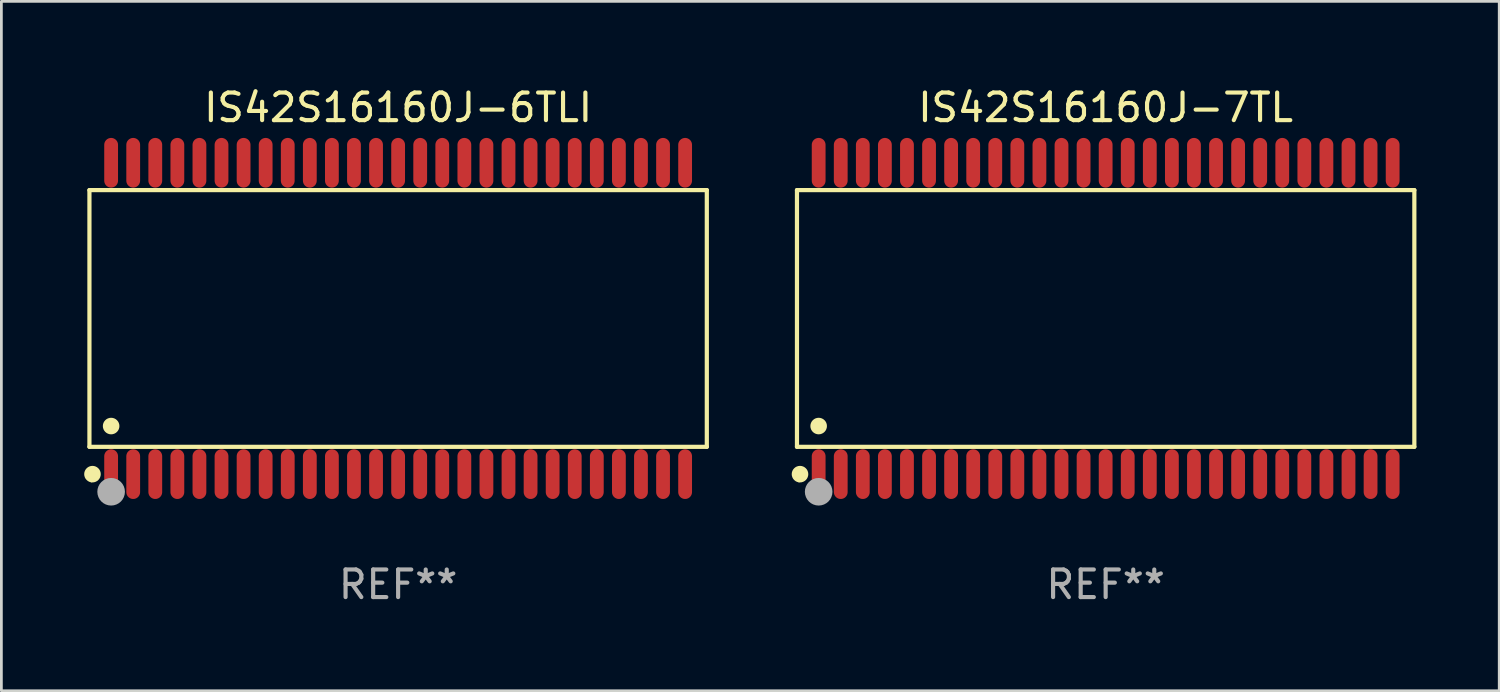
<source format=kicad_pcb>
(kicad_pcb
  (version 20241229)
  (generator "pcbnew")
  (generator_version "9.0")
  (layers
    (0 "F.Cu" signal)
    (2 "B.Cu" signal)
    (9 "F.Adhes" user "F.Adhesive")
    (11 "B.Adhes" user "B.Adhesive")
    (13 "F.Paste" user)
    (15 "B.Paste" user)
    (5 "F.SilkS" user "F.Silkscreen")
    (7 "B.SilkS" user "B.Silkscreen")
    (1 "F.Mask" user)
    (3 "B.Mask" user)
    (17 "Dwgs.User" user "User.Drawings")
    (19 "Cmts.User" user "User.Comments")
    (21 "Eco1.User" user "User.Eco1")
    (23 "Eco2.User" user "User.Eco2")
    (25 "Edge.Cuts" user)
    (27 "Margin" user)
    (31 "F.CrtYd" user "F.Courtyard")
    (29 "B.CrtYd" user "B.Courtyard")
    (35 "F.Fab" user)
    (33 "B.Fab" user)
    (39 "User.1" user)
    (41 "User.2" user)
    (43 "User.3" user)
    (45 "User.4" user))
  (footprint "IS42S16160J-7TL"
    (layer "F.Cu")
    (at 37.016 8.49)
    (property "Reference" "IS42S16160J-7TL" (at 0 -7.642 0) (layer "F.SilkS") (effects (font (size 1 1) (thickness 0.15))))
    (attr through_hole)
    (fp_line (start -11.186 -4.651) (end 11.186 -4.651) (stroke (width 0.152) (type solid)) (layer "F.SilkS"))
    (fp_line (start -11.186 4.651) (end -11.186 -4.651) (stroke (width 0.152) (type solid)) (layer "F.SilkS"))
    (fp_line (start 11.186 -4.651) (end 11.186 4.651) (stroke (width 0.152) (type solid)) (layer "F.SilkS"))
    (fp_line (start 11.186 4.651) (end -11.186 4.651) (stroke (width 0.152) (type solid)) (layer "F.SilkS"))
    (fp_circle (center -11.11 5.88) (end -11.08 5.88) (stroke (width 0.06) (type solid)) (fill no) (layer "F.SilkS"))
    (fp_circle (center -11.076 5.642) (end -10.926 5.642) (stroke (width 0.3) (type solid)) (fill no) (layer "F.SilkS"))
    (fp_circle (center -10.4 3.899) (end -10.25 3.899) (stroke (width 0.3) (type solid)) (fill no) (layer "F.SilkS"))
    (fp_circle (center -10.4 6.28) (end -10.15 6.28) (stroke (width 0.5) (type solid)) (fill no) (layer "F.Fab"))
    (fp_text user "REF**" (at 0 9.642 0) (layer "F.Fab") (effects (font (size 1 1) (thickness 0.15))))
    (pad "1" smd oval (at -10.4 5.642) (size 0.5 1.8) (layers "F.Cu" "F.Mask" "F.Paste"))
    (pad "2" smd oval (at -9.6 5.642) (size 0.5 1.8) (layers "F.Cu" "F.Mask" "F.Paste"))
    (pad "3" smd oval (at -8.8 5.642) (size 0.5 1.8) (layers "F.Cu" "F.Mask" "F.Paste"))
    (pad "4" smd oval (at -8 5.642) (size 0.5 1.8) (layers "F.Cu" "F.Mask" "F.Paste"))
    (pad "5" smd oval (at -7.2 5.642) (size 0.5 1.8) (layers "F.Cu" "F.Mask" "F.Paste"))
    (pad "6" smd oval (at -6.4 5.642) (size 0.5 1.8) (layers "F.Cu" "F.Mask" "F.Paste"))
    (pad "7" smd oval (at -5.6 5.642) (size 0.5 1.8) (layers "F.Cu" "F.Mask" "F.Paste"))
    (pad "8" smd oval (at -4.8 5.642) (size 0.5 1.8) (layers "F.Cu" "F.Mask" "F.Paste"))
    (pad "9" smd oval (at -4 5.642) (size 0.5 1.8) (layers "F.Cu" "F.Mask" "F.Paste"))
    (pad "10" smd oval (at -3.2 5.642) (size 0.5 1.8) (layers "F.Cu" "F.Mask" "F.Paste"))
    (pad "11" smd oval (at -2.4 5.642) (size 0.5 1.8) (layers "F.Cu" "F.Mask" "F.Paste"))
    (pad "12" smd oval (at -1.6 5.642) (size 0.5 1.8) (layers "F.Cu" "F.Mask" "F.Paste"))
    (pad "13" smd oval (at -0.8 5.642) (size 0.5 1.8) (layers "F.Cu" "F.Mask" "F.Paste"))
    (pad "14" smd oval (at 0 5.642) (size 0.5 1.8) (layers "F.Cu" "F.Mask" "F.Paste"))
    (pad "15" smd oval (at 0.8 5.642) (size 0.5 1.8) (layers "F.Cu" "F.Mask" "F.Paste"))
    (pad "16" smd oval (at 1.6 5.642) (size 0.5 1.8) (layers "F.Cu" "F.Mask" "F.Paste"))
    (pad "17" smd oval (at 2.4 5.642) (size 0.5 1.8) (layers "F.Cu" "F.Mask" "F.Paste"))
    (pad "18" smd oval (at 3.2 5.642) (size 0.5 1.8) (layers "F.Cu" "F.Mask" "F.Paste"))
    (pad "19" smd oval (at 4 5.642) (size 0.5 1.8) (layers "F.Cu" "F.Mask" "F.Paste"))
    (pad "20" smd oval (at 4.8 5.642) (size 0.5 1.8) (layers "F.Cu" "F.Mask" "F.Paste"))
    (pad "21" smd oval (at 5.6 5.642) (size 0.5 1.8) (layers "F.Cu" "F.Mask" "F.Paste"))
    (pad "22" smd oval (at 6.4 5.642) (size 0.5 1.8) (layers "F.Cu" "F.Mask" "F.Paste"))
    (pad "23" smd oval (at 7.2 5.642) (size 0.5 1.8) (layers "F.Cu" "F.Mask" "F.Paste"))
    (pad "24" smd oval (at 8 5.642) (size 0.5 1.8) (layers "F.Cu" "F.Mask" "F.Paste"))
    (pad "25" smd oval (at 8.8 5.642) (size 0.5 1.8) (layers "F.Cu" "F.Mask" "F.Paste"))
    (pad "26" smd oval (at 9.6 5.642) (size 0.5 1.8) (layers "F.Cu" "F.Mask" "F.Paste"))
    (pad "27" smd oval (at 10.4 5.642) (size 0.5 1.8) (layers "F.Cu" "F.Mask" "F.Paste"))
    (pad "28" smd oval (at 10.4 -5.642) (size 0.5 1.8) (layers "F.Cu" "F.Mask" "F.Paste"))
    (pad "29" smd oval (at 9.6 -5.642) (size 0.5 1.8) (layers "F.Cu" "F.Mask" "F.Paste"))
    (pad "30" smd oval (at 8.8 -5.642) (size 0.5 1.8) (layers "F.Cu" "F.Mask" "F.Paste"))
    (pad "31" smd oval (at 8 -5.642) (size 0.5 1.8) (layers "F.Cu" "F.Mask" "F.Paste"))
    (pad "32" smd oval (at 7.2 -5.642) (size 0.5 1.8) (layers "F.Cu" "F.Mask" "F.Paste"))
    (pad "33" smd oval (at 6.4 -5.642) (size 0.5 1.8) (layers "F.Cu" "F.Mask" "F.Paste"))
    (pad "34" smd oval (at 5.6 -5.642) (size 0.5 1.8) (layers "F.Cu" "F.Mask" "F.Paste"))
    (pad "35" smd oval (at 4.8 -5.642) (size 0.5 1.8) (layers "F.Cu" "F.Mask" "F.Paste"))
    (pad "36" smd oval (at 4 -5.642) (size 0.5 1.8) (layers "F.Cu" "F.Mask" "F.Paste"))
    (pad "37" smd oval (at 3.2 -5.642) (size 0.5 1.8) (layers "F.Cu" "F.Mask" "F.Paste"))
    (pad "38" smd oval (at 2.4 -5.642) (size 0.5 1.8) (layers "F.Cu" "F.Mask" "F.Paste"))
    (pad "39" smd oval (at 1.6 -5.642) (size 0.5 1.8) (layers "F.Cu" "F.Mask" "F.Paste"))
    (pad "40" smd oval (at 0.8 -5.642) (size 0.5 1.8) (layers "F.Cu" "F.Mask" "F.Paste"))
    (pad "41" smd oval (at 0 -5.642) (size 0.5 1.8) (layers "F.Cu" "F.Mask" "F.Paste"))
    (pad "42" smd oval (at -0.8 -5.642) (size 0.5 1.8) (layers "F.Cu" "F.Mask" "F.Paste"))
    (pad "43" smd oval (at -1.6 -5.642) (size 0.5 1.8) (layers "F.Cu" "F.Mask" "F.Paste"))
    (pad "44" smd oval (at -2.4 -5.642) (size 0.5 1.8) (layers "F.Cu" "F.Mask" "F.Paste"))
    (pad "45" smd oval (at -3.2 -5.642) (size 0.5 1.8) (layers "F.Cu" "F.Mask" "F.Paste"))
    (pad "46" smd oval (at -4 -5.642) (size 0.5 1.8) (layers "F.Cu" "F.Mask" "F.Paste"))
    (pad "47" smd oval (at -4.8 -5.642) (size 0.5 1.8) (layers "F.Cu" "F.Mask" "F.Paste"))
    (pad "48" smd oval (at -5.6 -5.642) (size 0.5 1.8) (layers "F.Cu" "F.Mask" "F.Paste"))
    (pad "49" smd oval (at -6.4 -5.642) (size 0.5 1.8) (layers "F.Cu" "F.Mask" "F.Paste"))
    (pad "50" smd oval (at -7.2 -5.642) (size 0.5 1.8) (layers "F.Cu" "F.Mask" "F.Paste"))
    (pad "51" smd oval (at -8 -5.642) (size 0.5 1.8) (layers "F.Cu" "F.Mask" "F.Paste"))
    (pad "52" smd oval (at -8.8 -5.642) (size 0.5 1.8) (layers "F.Cu" "F.Mask" "F.Paste"))
    (pad "53" smd oval (at -9.6 -5.642) (size 0.5 1.8) (layers "F.Cu" "F.Mask" "F.Paste"))
    (pad "54" smd oval (at -10.4 -5.642) (size 0.5 1.8) (layers "F.Cu" "F.Mask" "F.Paste")))
  (footprint "IS42S16160J-6TLI"
    (layer "F.Cu")
    (at 11.377 8.49)
    (property "Reference" "IS42S16160J-6TLI" (at 0 -7.642 0) (layer "F.SilkS") (effects (font (size 1 1) (thickness 0.15))))
    (attr through_hole)
    (fp_line (start -11.186 -4.651) (end 11.186 -4.651) (stroke (width 0.152) (type solid)) (layer "F.SilkS"))
    (fp_line (start -11.186 4.651) (end -11.186 -4.651) (stroke (width 0.152) (type solid)) (layer "F.SilkS"))
    (fp_line (start 11.186 -4.651) (end 11.186 4.651) (stroke (width 0.152) (type solid)) (layer "F.SilkS"))
    (fp_line (start 11.186 4.651) (end -11.186 4.651) (stroke (width 0.152) (type solid)) (layer "F.SilkS"))
    (fp_circle (center -11.11 5.88) (end -11.08 5.88) (stroke (width 0.06) (type solid)) (fill no) (layer "F.SilkS"))
    (fp_circle (center -11.076 5.642) (end -10.926 5.642) (stroke (width 0.3) (type solid)) (fill no) (layer "F.SilkS"))
    (fp_circle (center -10.4 3.899) (end -10.25 3.899) (stroke (width 0.3) (type solid)) (fill no) (layer "F.SilkS"))
    (fp_circle (center -10.4 6.28) (end -10.15 6.28) (stroke (width 0.5) (type solid)) (fill no) (layer "F.Fab"))
    (fp_text user "REF**" (at 0 9.642 0) (layer "F.Fab") (effects (font (size 1 1) (thickness 0.15))))
    (pad "1" smd oval (at -10.4 5.642) (size 0.5 1.8) (layers "F.Cu" "F.Mask" "F.Paste"))
    (pad "2" smd oval (at -9.6 5.642) (size 0.5 1.8) (layers "F.Cu" "F.Mask" "F.Paste"))
    (pad "3" smd oval (at -8.8 5.642) (size 0.5 1.8) (layers "F.Cu" "F.Mask" "F.Paste"))
    (pad "4" smd oval (at -8 5.642) (size 0.5 1.8) (layers "F.Cu" "F.Mask" "F.Paste"))
    (pad "5" smd oval (at -7.2 5.642) (size 0.5 1.8) (layers "F.Cu" "F.Mask" "F.Paste"))
    (pad "6" smd oval (at -6.4 5.642) (size 0.5 1.8) (layers "F.Cu" "F.Mask" "F.Paste"))
    (pad "7" smd oval (at -5.6 5.642) (size 0.5 1.8) (layers "F.Cu" "F.Mask" "F.Paste"))
    (pad "8" smd oval (at -4.8 5.642) (size 0.5 1.8) (layers "F.Cu" "F.Mask" "F.Paste"))
    (pad "9" smd oval (at -4 5.642) (size 0.5 1.8) (layers "F.Cu" "F.Mask" "F.Paste"))
    (pad "10" smd oval (at -3.2 5.642) (size 0.5 1.8) (layers "F.Cu" "F.Mask" "F.Paste"))
    (pad "11" smd oval (at -2.4 5.642) (size 0.5 1.8) (layers "F.Cu" "F.Mask" "F.Paste"))
    (pad "12" smd oval (at -1.6 5.642) (size 0.5 1.8) (layers "F.Cu" "F.Mask" "F.Paste"))
    (pad "13" smd oval (at -0.8 5.642) (size 0.5 1.8) (layers "F.Cu" "F.Mask" "F.Paste"))
    (pad "14" smd oval (at 0 5.642) (size 0.5 1.8) (layers "F.Cu" "F.Mask" "F.Paste"))
    (pad "15" smd oval (at 0.8 5.642) (size 0.5 1.8) (layers "F.Cu" "F.Mask" "F.Paste"))
    (pad "16" smd oval (at 1.6 5.642) (size 0.5 1.8) (layers "F.Cu" "F.Mask" "F.Paste"))
    (pad "17" smd oval (at 2.4 5.642) (size 0.5 1.8) (layers "F.Cu" "F.Mask" "F.Paste"))
    (pad "18" smd oval (at 3.2 5.642) (size 0.5 1.8) (layers "F.Cu" "F.Mask" "F.Paste"))
    (pad "19" smd oval (at 4 5.642) (size 0.5 1.8) (layers "F.Cu" "F.Mask" "F.Paste"))
    (pad "20" smd oval (at 4.8 5.642) (size 0.5 1.8) (layers "F.Cu" "F.Mask" "F.Paste"))
    (pad "21" smd oval (at 5.6 5.642) (size 0.5 1.8) (layers "F.Cu" "F.Mask" "F.Paste"))
    (pad "22" smd oval (at 6.4 5.642) (size 0.5 1.8) (layers "F.Cu" "F.Mask" "F.Paste"))
    (pad "23" smd oval (at 7.2 5.642) (size 0.5 1.8) (layers "F.Cu" "F.Mask" "F.Paste"))
    (pad "24" smd oval (at 8 5.642) (size 0.5 1.8) (layers "F.Cu" "F.Mask" "F.Paste"))
    (pad "25" smd oval (at 8.8 5.642) (size 0.5 1.8) (layers "F.Cu" "F.Mask" "F.Paste"))
    (pad "26" smd oval (at 9.6 5.642) (size 0.5 1.8) (layers "F.Cu" "F.Mask" "F.Paste"))
    (pad "27" smd oval (at 10.4 5.642) (size 0.5 1.8) (layers "F.Cu" "F.Mask" "F.Paste"))
    (pad "28" smd oval (at 10.4 -5.642) (size 0.5 1.8) (layers "F.Cu" "F.Mask" "F.Paste"))
    (pad "29" smd oval (at 9.6 -5.642) (size 0.5 1.8) (layers "F.Cu" "F.Mask" "F.Paste"))
    (pad "30" smd oval (at 8.8 -5.642) (size 0.5 1.8) (layers "F.Cu" "F.Mask" "F.Paste"))
    (pad "31" smd oval (at 8 -5.642) (size 0.5 1.8) (layers "F.Cu" "F.Mask" "F.Paste"))
    (pad "32" smd oval (at 7.2 -5.642) (size 0.5 1.8) (layers "F.Cu" "F.Mask" "F.Paste"))
    (pad "33" smd oval (at 6.4 -5.642) (size 0.5 1.8) (layers "F.Cu" "F.Mask" "F.Paste"))
    (pad "34" smd oval (at 5.6 -5.642) (size 0.5 1.8) (layers "F.Cu" "F.Mask" "F.Paste"))
    (pad "35" smd oval (at 4.8 -5.642) (size 0.5 1.8) (layers "F.Cu" "F.Mask" "F.Paste"))
    (pad "36" smd oval (at 4 -5.642) (size 0.5 1.8) (layers "F.Cu" "F.Mask" "F.Paste"))
    (pad "37" smd oval (at 3.2 -5.642) (size 0.5 1.8) (layers "F.Cu" "F.Mask" "F.Paste"))
    (pad "38" smd oval (at 2.4 -5.642) (size 0.5 1.8) (layers "F.Cu" "F.Mask" "F.Paste"))
    (pad "39" smd oval (at 1.6 -5.642) (size 0.5 1.8) (layers "F.Cu" "F.Mask" "F.Paste"))
    (pad "40" smd oval (at 0.8 -5.642) (size 0.5 1.8) (layers "F.Cu" "F.Mask" "F.Paste"))
    (pad "41" smd oval (at 0 -5.642) (size 0.5 1.8) (layers "F.Cu" "F.Mask" "F.Paste"))
    (pad "42" smd oval (at -0.8 -5.642) (size 0.5 1.8) (layers "F.Cu" "F.Mask" "F.Paste"))
    (pad "43" smd oval (at -1.6 -5.642) (size 0.5 1.8) (layers "F.Cu" "F.Mask" "F.Paste"))
    (pad "44" smd oval (at -2.4 -5.642) (size 0.5 1.8) (layers "F.Cu" "F.Mask" "F.Paste"))
    (pad "45" smd oval (at -3.2 -5.642) (size 0.5 1.8) (layers "F.Cu" "F.Mask" "F.Paste"))
    (pad "46" smd oval (at -4 -5.642) (size 0.5 1.8) (layers "F.Cu" "F.Mask" "F.Paste"))
    (pad "47" smd oval (at -4.8 -5.642) (size 0.5 1.8) (layers "F.Cu" "F.Mask" "F.Paste"))
    (pad "48" smd oval (at -5.6 -5.642) (size 0.5 1.8) (layers "F.Cu" "F.Mask" "F.Paste"))
    (pad "49" smd oval (at -6.4 -5.642) (size 0.5 1.8) (layers "F.Cu" "F.Mask" "F.Paste"))
    (pad "50" smd oval (at -7.2 -5.642) (size 0.5 1.8) (layers "F.Cu" "F.Mask" "F.Paste"))
    (pad "51" smd oval (at -8 -5.642) (size 0.5 1.8) (layers "F.Cu" "F.Mask" "F.Paste"))
    (pad "52" smd oval (at -8.8 -5.642) (size 0.5 1.8) (layers "F.Cu" "F.Mask" "F.Paste"))
    (pad "53" smd oval (at -9.6 -5.642) (size 0.5 1.8) (layers "F.Cu" "F.Mask" "F.Paste"))
    (pad "54" smd oval (at -10.4 -5.642) (size 0.5 1.8) (layers "F.Cu" "F.Mask" "F.Paste")))
  (gr_rect
    (start -3 -3)
    (end 51.278 21.981)
    (stroke (width 0.1) (type default))
    (fill no)
    (layer "Edge.Cuts")))
</source>
